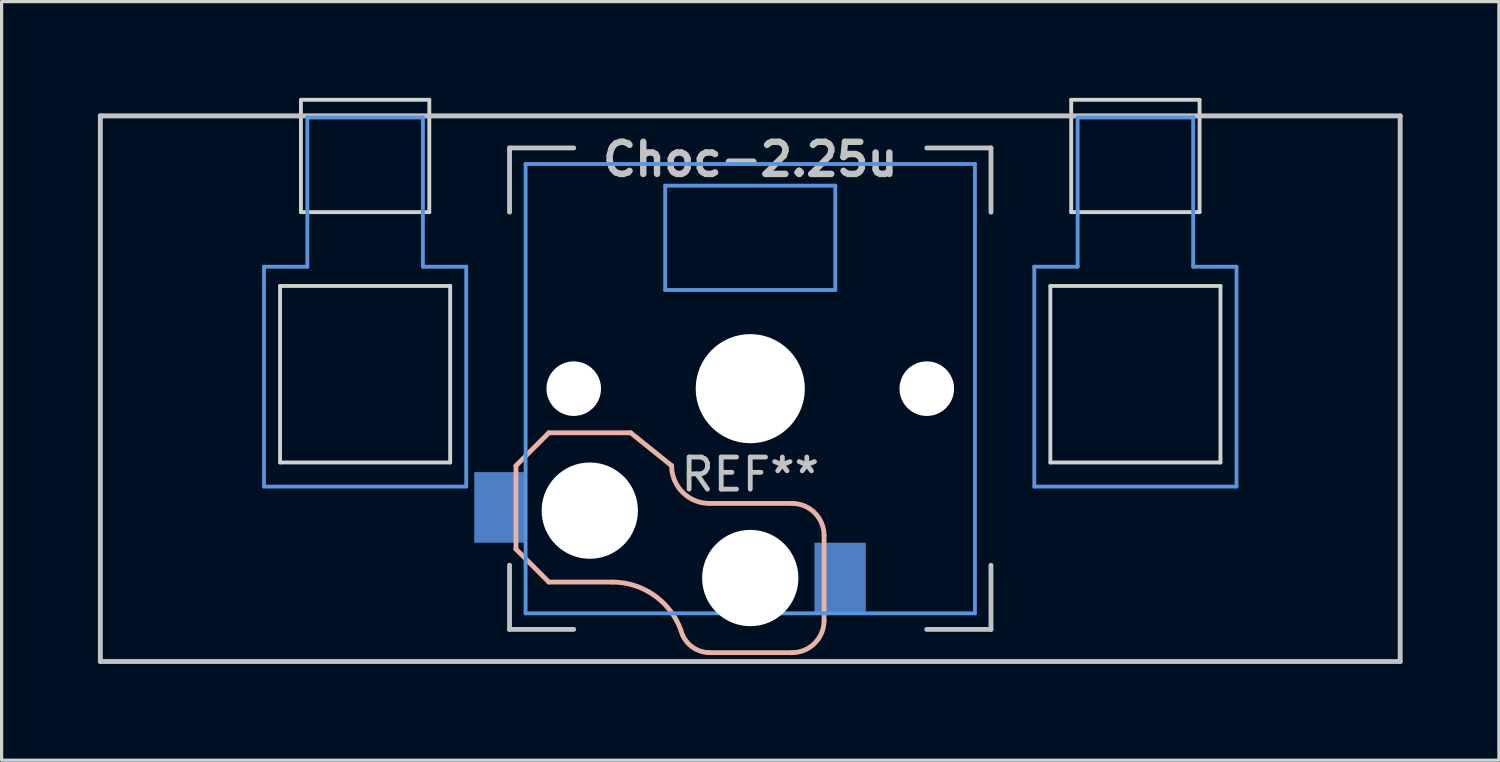
<source format=kicad_pcb>
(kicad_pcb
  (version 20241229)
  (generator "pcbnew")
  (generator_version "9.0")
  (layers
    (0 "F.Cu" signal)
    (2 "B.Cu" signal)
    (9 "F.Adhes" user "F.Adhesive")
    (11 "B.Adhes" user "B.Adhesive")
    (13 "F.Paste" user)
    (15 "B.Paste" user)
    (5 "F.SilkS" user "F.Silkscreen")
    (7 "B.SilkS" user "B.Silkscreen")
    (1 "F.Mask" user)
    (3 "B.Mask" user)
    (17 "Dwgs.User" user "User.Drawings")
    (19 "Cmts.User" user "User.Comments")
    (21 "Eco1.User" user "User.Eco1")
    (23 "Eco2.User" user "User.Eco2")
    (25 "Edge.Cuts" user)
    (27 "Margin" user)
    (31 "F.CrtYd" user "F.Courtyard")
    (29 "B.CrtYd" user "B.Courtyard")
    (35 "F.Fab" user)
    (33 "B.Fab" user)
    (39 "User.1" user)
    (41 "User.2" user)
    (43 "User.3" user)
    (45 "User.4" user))
  (footprint "Choc-2.25u"
    (layer "F.Cu")
    (at 20.326 9.06)
    (property "Reference" "Choc-2.25u" (at 0 -7.144 180) (layer "Dwgs.User") (effects (font (size 1 1) (thickness 0.2))))
    (attr through_hole)
    (fp_line (start -7.3 2.4) (end -7.3 5) (stroke (width 0.15) (type solid)) (layer "B.SilkS"))
    (fp_line (start -7.3 2.4) (end -6.275 1.375) (stroke (width 0.15) (type solid)) (layer "B.SilkS"))
    (fp_line (start -7.3 5) (end -6.275 6.025) (stroke (width 0.15) (type solid)) (layer "B.SilkS"))
    (fp_line (start -4.3 6.025) (end -6.275 6.025) (stroke (width 0.15) (type solid)) (layer "B.SilkS"))
    (fp_line (start -3.725 1.375) (end -6.275 1.375) (stroke (width 0.15) (type solid)) (layer "B.SilkS"))
    (fp_line (start -3.725 1.375) (end -2.45 2.4) (stroke (width 0.15) (type solid)) (layer "B.SilkS"))
    (fp_line (start 1.3 3.575) (end -1.275 3.575) (stroke (width 0.15) (type solid)) (layer "B.SilkS"))
    (fp_line (start 1.3 8.225) (end -1.3 8.225) (stroke (width 0.15) (type solid)) (layer "B.SilkS"))
    (fp_line (start 2.3 4.575) (end 2.3 7.225) (stroke (width 0.15) (type solid)) (layer "B.SilkS"))
    (fp_arc (start -4.3 6.025) (mid -2.995114 6.436429) (end -2.162199 7.521904) (stroke (width 0.15) (type solid)) (layer "B.SilkS"))
    (fp_arc (start -1.300995 8.223791) (mid -1.848284 8.016021) (end -2.162199 7.521904) (stroke (width 0.15) (type solid)) (layer "B.SilkS"))
    (fp_arc (start -1.275 3.575) (mid -2.10585 3.23085) (end -2.45 2.4) (stroke (width 0.15) (type solid)) (layer "B.SilkS"))
    (fp_arc (start 1.3 3.575) (mid 2.007107 3.867893) (end 2.3 4.575) (stroke (width 0.15) (type solid)) (layer "B.SilkS"))
    (fp_arc (start 2.3 7.225) (mid 2.007107 7.932107) (end 1.3 8.225) (stroke (width 0.15) (type solid)) (layer "B.SilkS"))
    (fp_line (start -20.25 -8.5) (end 20.25 -8.5) (stroke (width 0.152) (type solid)) (layer "Dwgs.User"))
    (fp_line (start -20.25 8.5) (end -20.25 -8.5) (stroke (width 0.152) (type solid)) (layer "Dwgs.User"))
    (fp_line (start -7.5 -7.5) (end -7.5 -5.5) (stroke (width 0.15) (type solid)) (layer "Dwgs.User"))
    (fp_line (start -7.5 7.5) (end -7.5 5.5) (stroke (width 0.15) (type solid)) (layer "Dwgs.User"))
    (fp_line (start -5.5 -7.5) (end -7.5 -7.5) (stroke (width 0.15) (type solid)) (layer "Dwgs.User"))
    (fp_line (start -5.5 7.5) (end -7.5 7.5) (stroke (width 0.15) (type solid)) (layer "Dwgs.User"))
    (fp_line (start 5.5 -7.5) (end 7.5 -7.5) (stroke (width 0.15) (type solid)) (layer "Dwgs.User"))
    (fp_line (start 5.5 7.5) (end 7.5 7.5) (stroke (width 0.15) (type solid)) (layer "Dwgs.User"))
    (fp_line (start 7.5 -7.5) (end 7.5 -5.5) (stroke (width 0.15) (type solid)) (layer "Dwgs.User"))
    (fp_line (start 7.5 7.5) (end 7.5 5.5) (stroke (width 0.15) (type solid)) (layer "Dwgs.User"))
    (fp_line (start 20.25 -8.5) (end 20.25 8.5) (stroke (width 0.152) (type solid)) (layer "Dwgs.User"))
    (fp_line (start 20.25 8.5) (end -20.25 8.5) (stroke (width 0.152) (type solid)) (layer "Dwgs.User"))
    (fp_line (start -15.15 -3.8) (end -13.8 -3.8) (stroke (width 0.12) (type solid)) (layer "Cmts.User"))
    (fp_line (start -15.15 3.05) (end -15.15 -3.8) (stroke (width 0.12) (type solid)) (layer "Cmts.User"))
    (fp_line (start -15.15 3.05) (end -8.85 3.05) (stroke (width 0.12) (type solid)) (layer "Cmts.User"))
    (fp_line (start -13.8 -8.45) (end -13.8 -3.8) (stroke (width 0.12) (type solid)) (layer "Cmts.User"))
    (fp_line (start -13.8 -8.45) (end -10.2 -8.45) (stroke (width 0.12) (type solid)) (layer "Cmts.User"))
    (fp_line (start -10.2 -8.45) (end -10.2 -3.8) (stroke (width 0.12) (type solid)) (layer "Cmts.User"))
    (fp_line (start -10.2 -3.8) (end -8.85 -3.8) (stroke (width 0.12) (type solid)) (layer "Cmts.User"))
    (fp_line (start -8.85 3.05) (end -8.85 -3.8) (stroke (width 0.12) (type solid)) (layer "Cmts.User"))
    (fp_line (start -7 -7) (end -7 7) (stroke (width 0.12) (type solid)) (layer "Cmts.User"))
    (fp_line (start -7 7) (end 7 7) (stroke (width 0.12) (type solid)) (layer "Cmts.User"))
    (fp_line (start -2.65 -6.325) (end 2.65 -6.325) (stroke (width 0.12) (type solid)) (layer "Cmts.User"))
    (fp_line (start -2.65 -3.075) (end -2.65 -6.325) (stroke (width 0.12) (type solid)) (layer "Cmts.User"))
    (fp_line (start 2.65 -6.325) (end 2.65 -3.075) (stroke (width 0.12) (type solid)) (layer "Cmts.User"))
    (fp_line (start 2.65 -3.075) (end -2.65 -3.075) (stroke (width 0.12) (type solid)) (layer "Cmts.User"))
    (fp_line (start 7 -7) (end -7 -7) (stroke (width 0.12) (type solid)) (layer "Cmts.User"))
    (fp_line (start 7 7) (end 7 -7) (stroke (width 0.12) (type solid)) (layer "Cmts.User"))
    (fp_line (start 8.85 -3.8) (end 10.2 -3.8) (stroke (width 0.12) (type solid)) (layer "Cmts.User"))
    (fp_line (start 8.85 3.05) (end 8.85 -3.8) (stroke (width 0.12) (type solid)) (layer "Cmts.User"))
    (fp_line (start 8.85 3.05) (end 15.15 3.05) (stroke (width 0.12) (type solid)) (layer "Cmts.User"))
    (fp_line (start 10.2 -8.45) (end 10.2 -3.8) (stroke (width 0.12) (type solid)) (layer "Cmts.User"))
    (fp_line (start 10.2 -8.45) (end 13.8 -8.45) (stroke (width 0.12) (type solid)) (layer "Cmts.User"))
    (fp_line (start 13.8 -8.45) (end 13.8 -3.8) (stroke (width 0.12) (type solid)) (layer "Cmts.User"))
    (fp_line (start 13.8 -3.8) (end 15.15 -3.8) (stroke (width 0.12) (type solid)) (layer "Cmts.User"))
    (fp_line (start 15.15 3.05) (end 15.15 -3.8) (stroke (width 0.12) (type solid)) (layer "Cmts.User"))
    (fp_line (start -14.65 -3.2) (end -14.65 2.3) (stroke (width 0.12) (type solid)) (layer "Edge.Cuts"))
    (fp_line (start -14.65 -3.2) (end -9.35 -3.2) (stroke (width 0.12) (type solid)) (layer "Edge.Cuts"))
    (fp_line (start -14.65 2.3) (end -9.35 2.3) (stroke (width 0.12) (type solid)) (layer "Edge.Cuts"))
    (fp_line (start -14 -9) (end -14 -5.5) (stroke (width 0.12) (type solid)) (layer "Edge.Cuts"))
    (fp_line (start -14 -9) (end -10 -9) (stroke (width 0.12) (type solid)) (layer "Edge.Cuts"))
    (fp_line (start -14 -5.5) (end -10 -5.5) (stroke (width 0.12) (type solid)) (layer "Edge.Cuts"))
    (fp_line (start -10 -5.5) (end -10 -9) (stroke (width 0.12) (type solid)) (layer "Edge.Cuts"))
    (fp_line (start -9.35 2.3) (end -9.35 -3.2) (stroke (width 0.12) (type solid)) (layer "Edge.Cuts"))
    (fp_line (start 9.35 -3.2) (end 9.35 2.3) (stroke (width 0.12) (type solid)) (layer "Edge.Cuts"))
    (fp_line (start 9.35 -3.2) (end 14.65 -3.2) (stroke (width 0.12) (type solid)) (layer "Edge.Cuts"))
    (fp_line (start 9.35 2.3) (end 14.65 2.3) (stroke (width 0.12) (type solid)) (layer "Edge.Cuts"))
    (fp_line (start 10 -9) (end 10 -5.5) (stroke (width 0.12) (type solid)) (layer "Edge.Cuts"))
    (fp_line (start 10 -9) (end 14 -9) (stroke (width 0.12) (type solid)) (layer "Edge.Cuts"))
    (fp_line (start 10 -5.5) (end 14 -5.5) (stroke (width 0.12) (type solid)) (layer "Edge.Cuts"))
    (fp_line (start 14 -5.5) (end 14 -9) (stroke (width 0.12) (type solid)) (layer "Edge.Cuts"))
    (fp_line (start 14.65 2.3) (end 14.65 -3.2) (stroke (width 0.12) (type solid)) (layer "Edge.Cuts"))
    (fp_text user "REF**" (at 0 2.675 0) (layer "Dwgs.User") (effects (font (size 1 1) (thickness 0.15))))
    (pad "" np_thru_hole circle (at -5.5 0 180) (size 1.7 1.7) (drill 1.7) (layers "*.Cu" "*.Mask"))
    (pad "" np_thru_hole circle (at -5 3.8 90) (size 3 3) (drill 3) (layers "*.Cu" "*.Mask"))
    (pad "" np_thru_hole circle (at 0 0 90) (size 3.4 3.4) (drill 3.4) (layers "*.Cu" "*.Mask"))
    (pad "" np_thru_hole circle (at 0 5.9 90) (size 3 3) (drill 3) (layers "*.Cu" "*.Mask"))
    (pad "" np_thru_hole circle (at 5.5 0 180) (size 1.7 1.7) (drill 1.7) (layers "*.Cu" "*.Mask"))
    (pad "1" smd rect (at -7.8 3.7 180) (size 1.6 2.2) (layers "B.Cu" "B.Mask" "B.Paste"))
    (pad "2" smd rect (at 2.8 5.9 180) (size 1.6 2.2) (layers "B.Cu" "B.Mask" "B.Paste")))
  (gr_rect
    (start -3 -3)
    (end 43.652 20.636)
    (stroke (width 0.1) (type default))
    (fill no)
    (layer "Edge.Cuts")))
</source>
